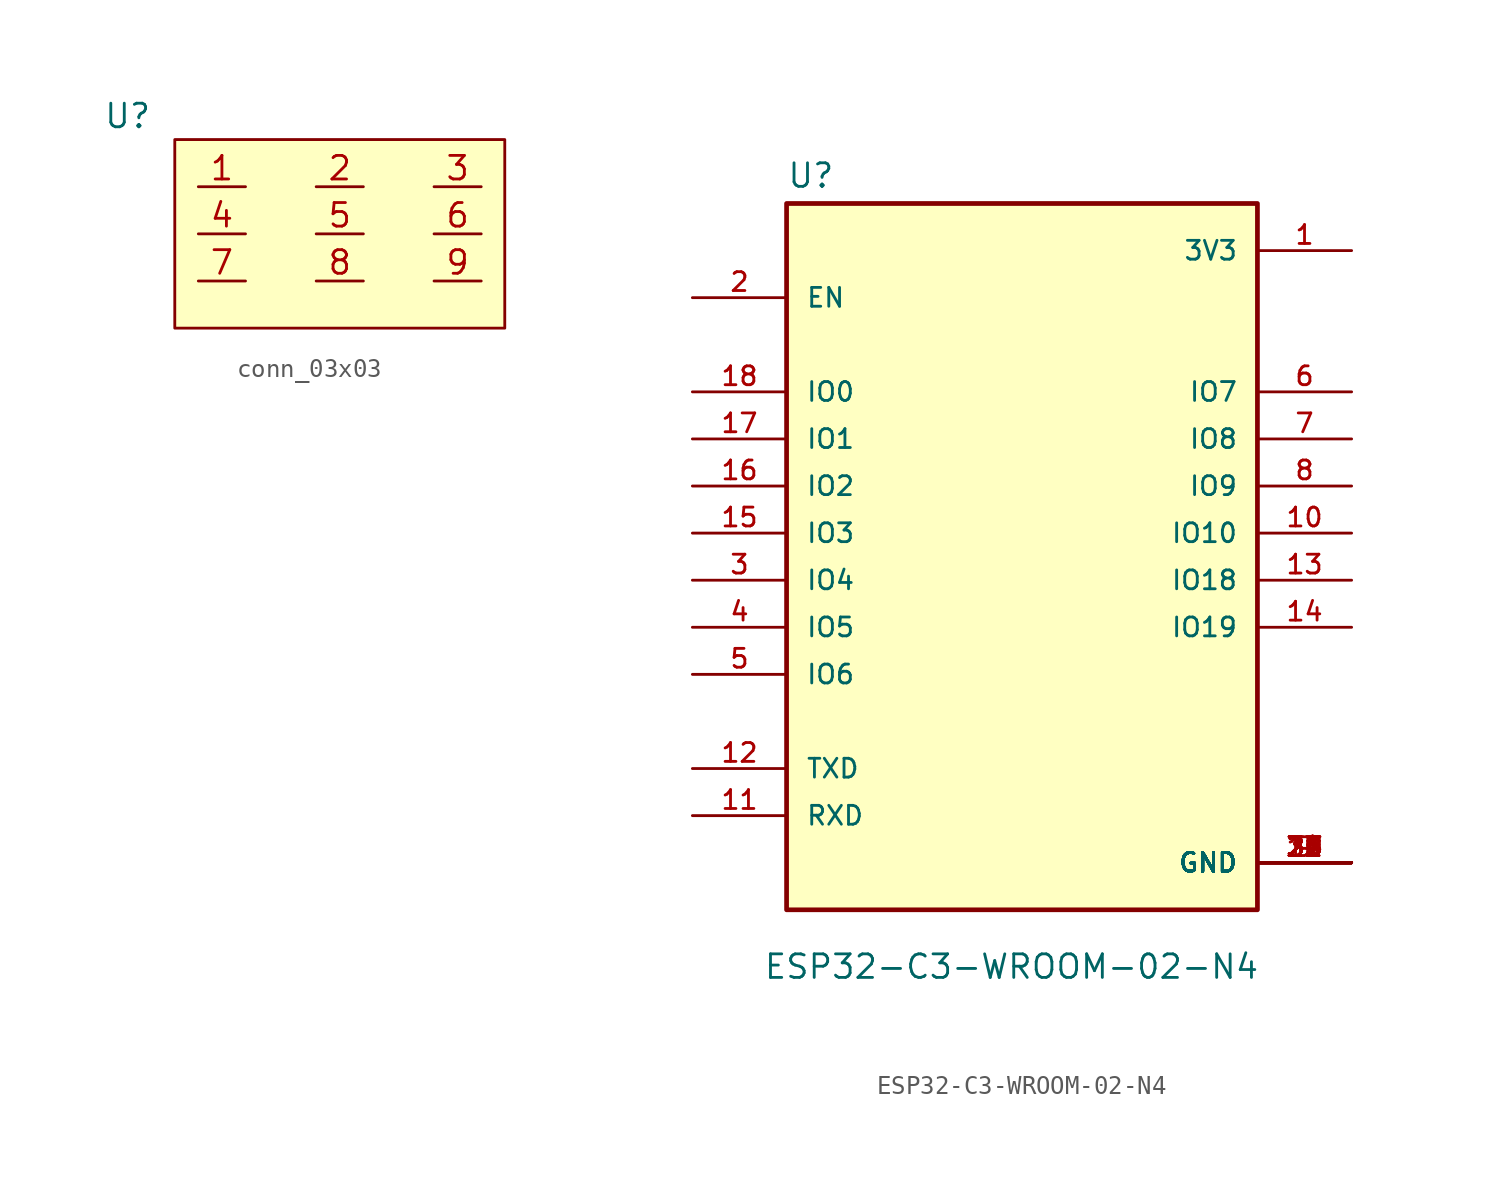
<source format=kicad_sym>
(kicad_symbol_lib
  (version 20220914)
  (generator kicad_symbol_editor)
  (symbol "conn_03x03"
    (property "Reference" "U"
      (at -2.54 1.27 0)
      (effects (font (size 1.27 1.27))))
    (property "Value" ""
      (at 0 0 0)
      (effects (font (size 1.27 1.27))))
    (symbol "conn_03x03_0_0"
      (pin passive line (at 1.27 -2.54 0) (length 2.54) (name "" (effects (font (size 1.27 1.27)))) (number "1" (effects (font (size 1.27 1.27)))))
      (pin passive line (at 7.62 -2.54 0) (length 2.54) (name "" (effects (font (size 1.27 1.27)))) (number "2" (effects (font (size 1.27 1.27)))))
      (pin passive line (at 13.97 -2.54 0) (length 2.54) (name "" (effects (font (size 1.27 1.27)))) (number "3" (effects (font (size 1.27 1.27)))))
      (pin passive line (at 1.27 -5.08 0) (length 2.54) (name "" (effects (font (size 1.27 1.27)))) (number "4" (effects (font (size 1.27 1.27)))))
      (pin passive line (at 7.62 -5.08 0) (length 2.54) (name "" (effects (font (size 1.27 1.27)))) (number "5" (effects (font (size 1.27 1.27)))))
      (pin passive line (at 13.97 -5.08 0) (length 2.54) (name "" (effects (font (size 1.27 1.27)))) (number "6" (effects (font (size 1.27 1.27)))))
      (pin passive line (at 1.27 -7.62 0) (length 2.54) (name "" (effects (font (size 1.27 1.27)))) (number "7" (effects (font (size 1.27 1.27)))))
      (pin passive line (at 7.62 -7.62 0) (length 2.54) (name "" (effects (font (size 1.27 1.27)))) (number "8" (effects (font (size 1.27 1.27)))))
      (pin passive line (at 13.97 -7.62 0) (length 2.54) (name "" (effects (font (size 1.27 1.27)))) (number "9" (effects (font (size 1.27 1.27))))))
    (symbol "conn_03x03_1_1"
      (rectangle (start 0 0) (end 17.78 -10.16) (stroke (width 0) (type default)) (fill (type background)))))
  (symbol "ESP32-C3-WROOM-02-N4"
    (pin_names
      (offset 1.016))
    (property "Reference" "U"
      (at -12.7 21.082 0)
      (effects (font (size 1.27 1.27)) (justify left bottom)))
    (property "Value" "ESP32-C3-WROOM-02-N4"
      (at -13.97 -21.59 0)
      (effects (font (size 1.27 1.27)) (justify left bottom)))
    (property "ki_locked" ""
      (at 0 0 0)
      (effects (font (size 1.27 1.27))))
    (symbol "ESP32-C3-WROOM-02-N4_0_0"
      (rectangle (start -12.7 -17.78) (end 12.7 20.32) (stroke (width 0.254) (type solid)) (fill (type background)))
      (pin power_in line (at 17.78 17.78 180) (length 5.08) (name "3V3" (effects (font (size 1.016 1.016)))) (number "1" (effects (font (size 1.016 1.016)))))
      (pin bidirectional line (at 17.78 2.54 180) (length 5.08) (name "IO10" (effects (font (size 1.016 1.016)))) (number "10" (effects (font (size 1.016 1.016)))))
      (pin bidirectional line (at -17.78 -12.7 0) (length 5.08) (name "RXD" (effects (font (size 1.016 1.016)))) (number "11" (effects (font (size 1.016 1.016)))))
      (pin bidirectional line (at -17.78 -10.16 0) (length 5.08) (name "TXD" (effects (font (size 1.016 1.016)))) (number "12" (effects (font (size 1.016 1.016)))))
      (pin bidirectional line (at 17.78 0 180) (length 5.08) (name "IO18" (effects (font (size 1.016 1.016)))) (number "13" (effects (font (size 1.016 1.016)))))
      (pin bidirectional line (at 17.78 -2.54 180) (length 5.08) (name "IO19" (effects (font (size 1.016 1.016)))) (number "14" (effects (font (size 1.016 1.016)))))
      (pin bidirectional line (at -17.78 2.54 0) (length 5.08) (name "IO3" (effects (font (size 1.016 1.016)))) (number "15" (effects (font (size 1.016 1.016)))))
      (pin bidirectional line (at -17.78 5.08 0) (length 5.08) (name "IO2" (effects (font (size 1.016 1.016)))) (number "16" (effects (font (size 1.016 1.016)))))
      (pin bidirectional line (at -17.78 7.62 0) (length 5.08) (name "IO1" (effects (font (size 1.016 1.016)))) (number "17" (effects (font (size 1.016 1.016)))))
      (pin bidirectional line (at -17.78 10.16 0) (length 5.08) (name "IO0" (effects (font (size 1.016 1.016)))) (number "18" (effects (font (size 1.016 1.016)))))
      (pin power_in line (at 17.78 -15.24 180) (length 5.08) (name "GND" (effects (font (size 1.016 1.016)))) (number "19" (effects (font (size 1.016 1.016)))))
      (pin input line (at -17.78 15.24 0) (length 5.08) (name "EN" (effects (font (size 1.016 1.016)))) (number "2" (effects (font (size 1.016 1.016)))))
      (pin power_in line (at 17.78 -15.24 180) (length 5.08) (name "GND" (effects (font (size 1.016 1.016)))) (number "20" (effects (font (size 1.016 1.016)))))
      (pin power_in line (at 17.78 -15.24 180) (length 5.08) (name "GND" (effects (font (size 1.016 1.016)))) (number "21" (effects (font (size 1.016 1.016)))))
      (pin power_in line (at 17.78 -15.24 180) (length 5.08) (name "GND" (effects (font (size 1.016 1.016)))) (number "22" (effects (font (size 1.016 1.016)))))
      (pin power_in line (at 17.78 -15.24 180) (length 5.08) (name "GND" (effects (font (size 1.016 1.016)))) (number "23" (effects (font (size 1.016 1.016)))))
      (pin power_in line (at 17.78 -15.24 180) (length 5.08) (name "GND" (effects (font (size 1.016 1.016)))) (number "24" (effects (font (size 1.016 1.016)))))
      (pin power_in line (at 17.78 -15.24 180) (length 5.08) (name "GND" (effects (font (size 1.016 1.016)))) (number "25" (effects (font (size 1.016 1.016)))))
      (pin power_in line (at 17.78 -15.24 180) (length 5.08) (name "GND" (effects (font (size 1.016 1.016)))) (number "26" (effects (font (size 1.016 1.016)))))
      (pin power_in line (at 17.78 -15.24 180) (length 5.08) (name "GND" (effects (font (size 1.016 1.016)))) (number "27" (effects (font (size 1.016 1.016)))))
      (pin power_in line (at 17.78 -15.24 180) (length 5.08) (name "GND" (effects (font (size 1.016 1.016)))) (number "28" (effects (font (size 1.016 1.016)))))
      (pin power_in line (at 17.78 -15.24 180) (length 5.08) (name "GND" (effects (font (size 1.016 1.016)))) (number "29" (effects (font (size 1.016 1.016)))))
      (pin bidirectional line (at -17.78 0 0) (length 5.08) (name "IO4" (effects (font (size 1.016 1.016)))) (number "3" (effects (font (size 1.016 1.016)))))
      (pin power_in line (at 17.78 -15.24 180) (length 5.08) (name "GND" (effects (font (size 1.016 1.016)))) (number "30" (effects (font (size 1.016 1.016)))))
      (pin power_in line (at 17.78 -15.24 180) (length 5.08) (name "GND" (effects (font (size 1.016 1.016)))) (number "31" (effects (font (size 1.016 1.016)))))
      (pin power_in line (at 17.78 -15.24 180) (length 5.08) (name "GND" (effects (font (size 1.016 1.016)))) (number "32" (effects (font (size 1.016 1.016)))))
      (pin power_in line (at 17.78 -15.24 180) (length 5.08) (name "GND" (effects (font (size 1.016 1.016)))) (number "33" (effects (font (size 1.016 1.016)))))
      (pin power_in line (at 17.78 -15.24 180) (length 5.08) (name "GND" (effects (font (size 1.016 1.016)))) (number "34" (effects (font (size 1.016 1.016)))))
      (pin power_in line (at 17.78 -15.24 180) (length 5.08) (name "GND" (effects (font (size 1.016 1.016)))) (number "35" (effects (font (size 1.016 1.016)))))
      (pin power_in line (at 17.78 -15.24 180) (length 5.08) (name "GND" (effects (font (size 1.016 1.016)))) (number "36" (effects (font (size 1.016 1.016)))))
      (pin power_in line (at 17.78 -15.24 180) (length 5.08) (name "GND" (effects (font (size 1.016 1.016)))) (number "37" (effects (font (size 1.016 1.016)))))
      (pin power_in line (at 17.78 -15.24 180) (length 5.08) (name "GND" (effects (font (size 1.016 1.016)))) (number "38" (effects (font (size 1.016 1.016)))))
      (pin power_in line (at 17.78 -15.24 180) (length 5.08) (name "GND" (effects (font (size 1.016 1.016)))) (number "39" (effects (font (size 1.016 1.016)))))
      (pin bidirectional line (at -17.78 -2.54 0) (length 5.08) (name "IO5" (effects (font (size 1.016 1.016)))) (number "4" (effects (font (size 1.016 1.016)))))
      (pin bidirectional line (at -17.78 -5.08 0) (length 5.08) (name "IO6" (effects (font (size 1.016 1.016)))) (number "5" (effects (font (size 1.016 1.016)))))
      (pin bidirectional line (at 17.78 10.16 180) (length 5.08) (name "IO7" (effects (font (size 1.016 1.016)))) (number "6" (effects (font (size 1.016 1.016)))))
      (pin bidirectional line (at 17.78 7.62 180) (length 5.08) (name "IO8" (effects (font (size 1.016 1.016)))) (number "7" (effects (font (size 1.016 1.016)))))
      (pin bidirectional line (at 17.78 5.08 180) (length 5.08) (name "IO9" (effects (font (size 1.016 1.016)))) (number "8" (effects (font (size 1.016 1.016)))))
      (pin power_in line (at 17.78 -15.24 180) (length 5.08) (name "GND" (effects (font (size 1.016 1.016)))) (number "9" (effects (font (size 1.016 1.016))))))))
</source>
